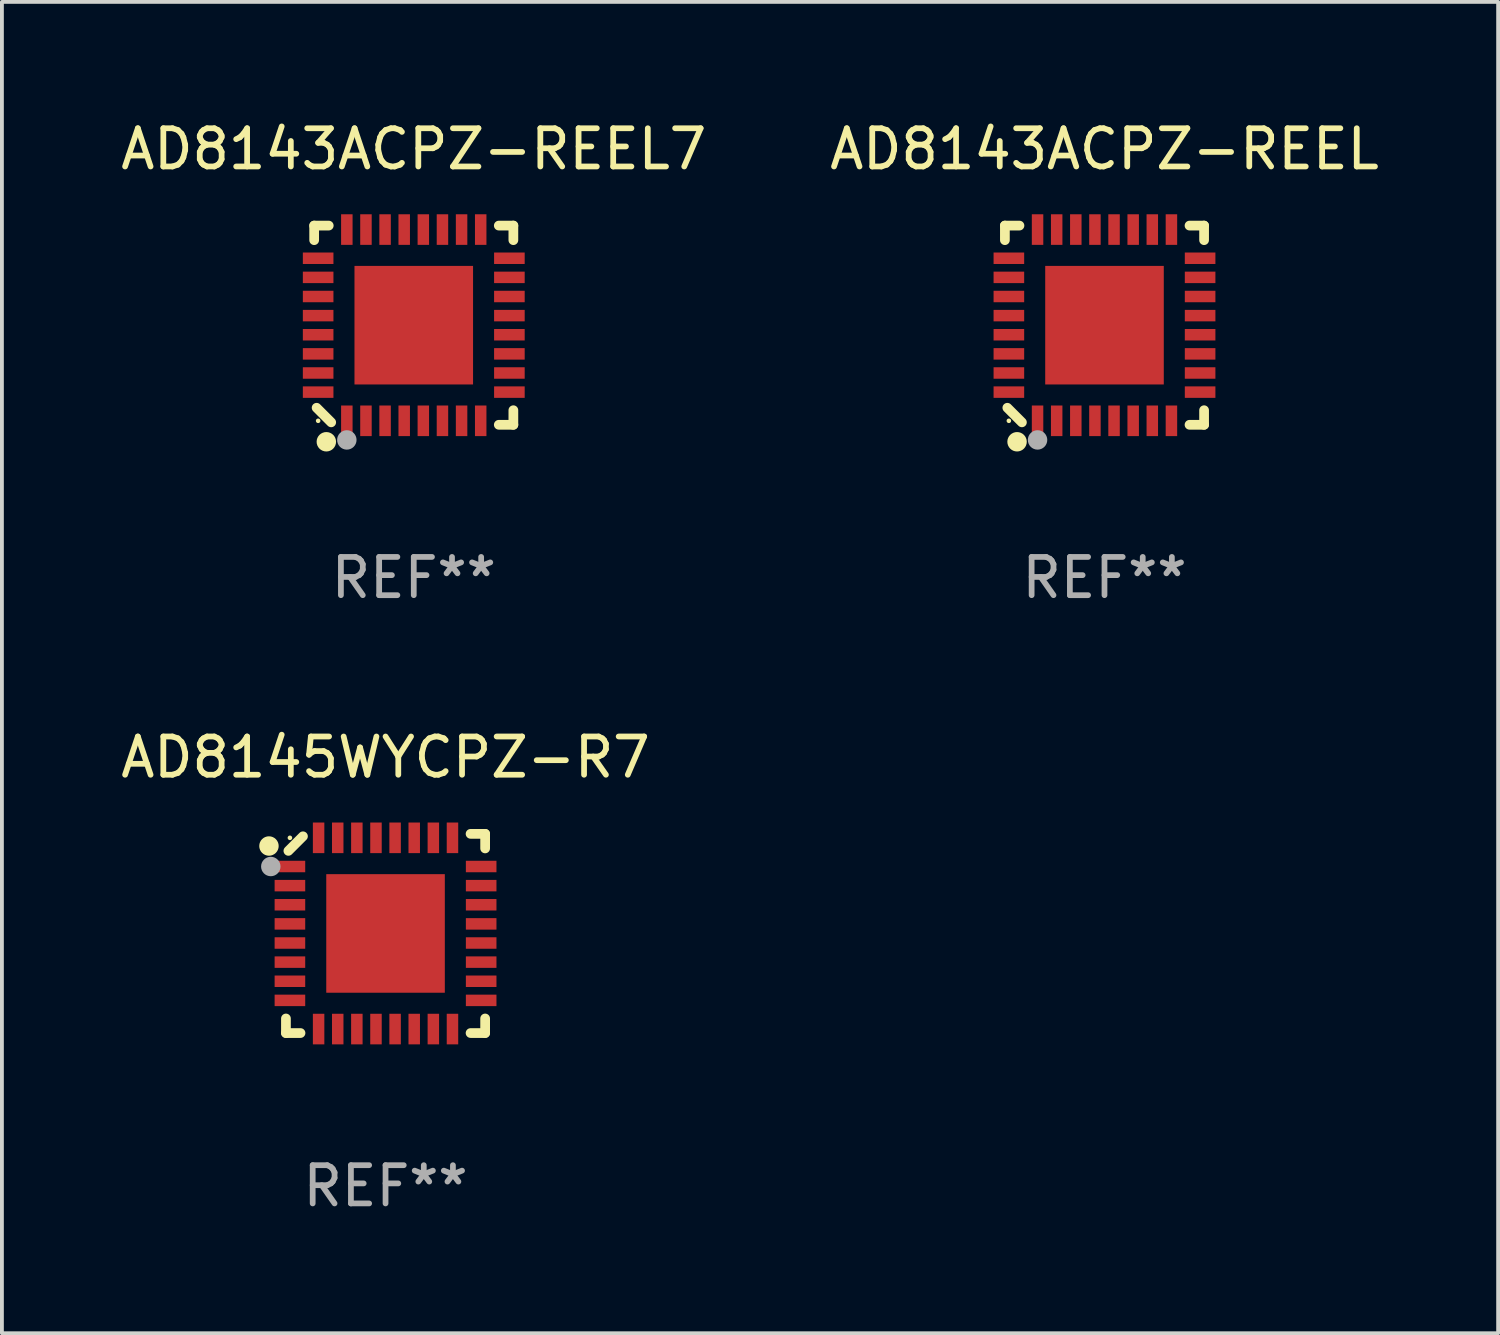
<source format=kicad_pcb>
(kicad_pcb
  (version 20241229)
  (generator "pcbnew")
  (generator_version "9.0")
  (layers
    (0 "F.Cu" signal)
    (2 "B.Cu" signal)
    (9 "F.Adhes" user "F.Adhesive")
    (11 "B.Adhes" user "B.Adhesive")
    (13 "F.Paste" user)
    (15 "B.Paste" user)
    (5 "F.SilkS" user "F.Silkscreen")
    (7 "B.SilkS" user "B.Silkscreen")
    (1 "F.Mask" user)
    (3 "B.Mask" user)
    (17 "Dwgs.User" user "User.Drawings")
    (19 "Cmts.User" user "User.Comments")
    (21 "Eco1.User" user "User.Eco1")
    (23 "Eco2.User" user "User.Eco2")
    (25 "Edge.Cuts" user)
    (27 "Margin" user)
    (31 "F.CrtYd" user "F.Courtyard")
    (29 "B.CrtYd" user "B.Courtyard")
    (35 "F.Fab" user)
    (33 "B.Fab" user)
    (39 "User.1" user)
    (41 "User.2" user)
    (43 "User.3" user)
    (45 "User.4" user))
  (footprint "AD8143ACPZ-REEL7"
    (layer "F.Cu")
    (at 7.768 5.452)
    (property "Reference" "AD8143ACPZ-REEL7" (at 0 -4.604 0) (layer "F.SilkS") (effects (font (size 1 1) (thickness 0.15))))
    (attr through_hole)
    (fp_line (start -2.604 -2.604) (end -2.604 -2.223) (stroke (width 0.254) (type solid)) (layer "F.SilkS"))
    (fp_line (start -2.54 2.159) (end -2.159 2.54) (stroke (width 0.254) (type solid)) (layer "F.SilkS"))
    (fp_line (start -2.223 -2.604) (end -2.604 -2.604) (stroke (width 0.254) (type solid)) (layer "F.SilkS"))
    (fp_line (start 2.223 2.604) (end 2.604 2.604) (stroke (width 0.254) (type solid)) (layer "F.SilkS"))
    (fp_line (start 2.604 -2.604) (end 2.223 -2.604) (stroke (width 0.254) (type solid)) (layer "F.SilkS"))
    (fp_line (start 2.604 -2.223) (end 2.604 -2.604) (stroke (width 0.254) (type solid)) (layer "F.SilkS"))
    (fp_line (start 2.604 2.604) (end 2.604 2.223) (stroke (width 0.254) (type solid)) (layer "F.SilkS"))
    (fp_circle (center -2.5 2.5) (end -2.47 2.5) (stroke (width 0.06) (type solid)) (fill no) (layer "F.SilkS"))
    (fp_circle (center -2.286 3.048) (end -2.159 3.048) (stroke (width 0.254) (type solid)) (fill no) (layer "F.SilkS"))
    (fp_circle (center -1.75 3) (end -1.623 3) (stroke (width 0.254) (type solid)) (fill no) (layer "F.Fab"))
    (fp_text user "REF**" (at 0 6.604 0) (layer "F.Fab") (effects (font (size 1 1) (thickness 0.15))))
    (pad "1" smd rect (at -1.75 2.5) (size 0.3 0.8) (layers "F.Cu" "F.Mask" "F.Paste"))
    (pad "2" smd rect (at -1.25 2.5) (size 0.3 0.8) (layers "F.Cu" "F.Mask" "F.Paste"))
    (pad "3" smd rect (at -0.75 2.5) (size 0.3 0.8) (layers "F.Cu" "F.Mask" "F.Paste"))
    (pad "4" smd rect (at -0.25 2.5) (size 0.3 0.8) (layers "F.Cu" "F.Mask" "F.Paste"))
    (pad "5" smd rect (at 0.25 2.5) (size 0.3 0.8) (layers "F.Cu" "F.Mask" "F.Paste"))
    (pad "6" smd rect (at 0.75 2.5) (size 0.3 0.8) (layers "F.Cu" "F.Mask" "F.Paste"))
    (pad "7" smd rect (at 1.25 2.5) (size 0.3 0.8) (layers "F.Cu" "F.Mask" "F.Paste"))
    (pad "8" smd rect (at 1.75 2.5) (size 0.3 0.8) (layers "F.Cu" "F.Mask" "F.Paste"))
    (pad "9" smd rect (at 2.5 1.75) (size 0.8 0.3) (layers "F.Cu" "F.Mask" "F.Paste"))
    (pad "10" smd rect (at 2.5 1.25) (size 0.8 0.3) (layers "F.Cu" "F.Mask" "F.Paste"))
    (pad "11" smd rect (at 2.5 0.75) (size 0.8 0.3) (layers "F.Cu" "F.Mask" "F.Paste"))
    (pad "12" smd rect (at 2.5 0.25) (size 0.8 0.3) (layers "F.Cu" "F.Mask" "F.Paste"))
    (pad "13" smd rect (at 2.5 -0.25) (size 0.8 0.3) (layers "F.Cu" "F.Mask" "F.Paste"))
    (pad "14" smd rect (at 2.5 -0.75) (size 0.8 0.3) (layers "F.Cu" "F.Mask" "F.Paste"))
    (pad "15" smd rect (at 2.5 -1.25) (size 0.8 0.3) (layers "F.Cu" "F.Mask" "F.Paste"))
    (pad "16" smd rect (at 2.5 -1.75) (size 0.8 0.3) (layers "F.Cu" "F.Mask" "F.Paste"))
    (pad "17" smd rect (at 1.75 -2.5) (size 0.3 0.8) (layers "F.Cu" "F.Mask" "F.Paste"))
    (pad "18" smd rect (at 1.25 -2.5) (size 0.3 0.8) (layers "F.Cu" "F.Mask" "F.Paste"))
    (pad "19" smd rect (at 0.75 -2.5) (size 0.3 0.8) (layers "F.Cu" "F.Mask" "F.Paste"))
    (pad "20" smd rect (at 0.25 -2.5) (size 0.3 0.8) (layers "F.Cu" "F.Mask" "F.Paste"))
    (pad "21" smd rect (at -0.25 -2.5) (size 0.3 0.8) (layers "F.Cu" "F.Mask" "F.Paste"))
    (pad "22" smd rect (at -0.75 -2.5) (size 0.3 0.8) (layers "F.Cu" "F.Mask" "F.Paste"))
    (pad "23" smd rect (at -1.25 -2.5) (size 0.3 0.8) (layers "F.Cu" "F.Mask" "F.Paste"))
    (pad "24" smd rect (at -1.75 -2.5) (size 0.3 0.8) (layers "F.Cu" "F.Mask" "F.Paste"))
    (pad "25" smd rect (at -2.5 -1.75) (size 0.8 0.3) (layers "F.Cu" "F.Mask" "F.Paste"))
    (pad "26" smd rect (at -2.5 -1.25) (size 0.8 0.3) (layers "F.Cu" "F.Mask" "F.Paste"))
    (pad "27" smd rect (at -2.5 -0.75) (size 0.8 0.3) (layers "F.Cu" "F.Mask" "F.Paste"))
    (pad "28" smd rect (at -2.5 -0.25) (size 0.8 0.3) (layers "F.Cu" "F.Mask" "F.Paste"))
    (pad "29" smd rect (at -2.5 0.25) (size 0.8 0.3) (layers "F.Cu" "F.Mask" "F.Paste"))
    (pad "30" smd rect (at -2.5 0.75) (size 0.8 0.3) (layers "F.Cu" "F.Mask" "F.Paste"))
    (pad "31" smd rect (at -2.5 1.25) (size 0.8 0.3) (layers "F.Cu" "F.Mask" "F.Paste"))
    (pad "32" smd rect (at -2.5 1.75) (size 0.8 0.3) (layers "F.Cu" "F.Mask" "F.Paste"))
    (pad "33" smd rect (at 0 -0.000025) (size 3.1 3.1) (layers "F.Cu" "F.Mask" "F.Paste")))
  (footprint "AD8145WYCPZ-R7"
    (layer "F.Cu")
    (at 7.03 21.355)
    (property "Reference" "AD8145WYCPZ-R7" (at 0 -4.604 0) (layer "F.SilkS") (effects (font (size 1 1) (thickness 0.15))))
    (attr through_hole)
    (fp_line (start -2.604 2.223) (end -2.604 2.604) (stroke (width 0.254) (type solid)) (layer "F.SilkS"))
    (fp_line (start -2.604 2.604) (end -2.223 2.604) (stroke (width 0.254) (type solid)) (layer "F.SilkS"))
    (fp_line (start -2.159 -2.54) (end -2.54 -2.159) (stroke (width 0.254) (type solid)) (layer "F.SilkS"))
    (fp_line (start 2.223 2.604) (end 2.604 2.604) (stroke (width 0.254) (type solid)) (layer "F.SilkS"))
    (fp_line (start 2.604 -2.604) (end 2.223 -2.604) (stroke (width 0.254) (type solid)) (layer "F.SilkS"))
    (fp_line (start 2.604 -2.223) (end 2.604 -2.604) (stroke (width 0.254) (type solid)) (layer "F.SilkS"))
    (fp_line (start 2.604 2.604) (end 2.604 2.223) (stroke (width 0.254) (type solid)) (layer "F.SilkS"))
    (fp_circle (center -3.048 -2.286) (end -2.921 -2.286) (stroke (width 0.254) (type solid)) (fill no) (layer "F.SilkS"))
    (fp_circle (center -2.5 -2.5) (end -2.47 -2.5) (stroke (width 0.06) (type solid)) (fill no) (layer "F.SilkS"))
    (fp_circle (center -3 -1.75) (end -2.873 -1.75) (stroke (width 0.254) (type solid)) (fill no) (layer "F.Fab"))
    (fp_text user "REF**" (at 0 6.604 0) (layer "F.Fab") (effects (font (size 1 1) (thickness 0.15))))
    (pad "1" smd rect (at -2.5 -1.75 270) (size 0.3 0.8) (layers "F.Cu" "F.Mask" "F.Paste"))
    (pad "2" smd rect (at -2.5 -1.25 270) (size 0.3 0.8) (layers "F.Cu" "F.Mask" "F.Paste"))
    (pad "3" smd rect (at -2.5 -0.75 270) (size 0.3 0.8) (layers "F.Cu" "F.Mask" "F.Paste"))
    (pad "4" smd rect (at -2.5 -0.25 270) (size 0.3 0.8) (layers "F.Cu" "F.Mask" "F.Paste"))
    (pad "5" smd rect (at -2.5 0.25 270) (size 0.3 0.8) (layers "F.Cu" "F.Mask" "F.Paste"))
    (pad "6" smd rect (at -2.5 0.75 270) (size 0.3 0.8) (layers "F.Cu" "F.Mask" "F.Paste"))
    (pad "7" smd rect (at -2.5 1.25 270) (size 0.3 0.8) (layers "F.Cu" "F.Mask" "F.Paste"))
    (pad "8" smd rect (at -2.5 1.75 270) (size 0.3 0.8) (layers "F.Cu" "F.Mask" "F.Paste"))
    (pad "9" smd rect (at -1.75 2.5 270) (size 0.8 0.3) (layers "F.Cu" "F.Mask" "F.Paste"))
    (pad "10" smd rect (at -1.25 2.5 270) (size 0.8 0.3) (layers "F.Cu" "F.Mask" "F.Paste"))
    (pad "11" smd rect (at -0.75 2.5 270) (size 0.8 0.3) (layers "F.Cu" "F.Mask" "F.Paste"))
    (pad "12" smd rect (at -0.25 2.5 270) (size 0.8 0.3) (layers "F.Cu" "F.Mask" "F.Paste"))
    (pad "13" smd rect (at 0.25 2.5 270) (size 0.8 0.3) (layers "F.Cu" "F.Mask" "F.Paste"))
    (pad "14" smd rect (at 0.75 2.5 270) (size 0.8 0.3) (layers "F.Cu" "F.Mask" "F.Paste"))
    (pad "15" smd rect (at 1.25 2.5 270) (size 0.8 0.3) (layers "F.Cu" "F.Mask" "F.Paste"))
    (pad "16" smd rect (at 1.75 2.5 270) (size 0.8 0.3) (layers "F.Cu" "F.Mask" "F.Paste"))
    (pad "17" smd rect (at 2.5 1.75 270) (size 0.3 0.8) (layers "F.Cu" "F.Mask" "F.Paste"))
    (pad "18" smd rect (at 2.5 1.25 270) (size 0.3 0.8) (layers "F.Cu" "F.Mask" "F.Paste"))
    (pad "19" smd rect (at 2.5 0.75 270) (size 0.3 0.8) (layers "F.Cu" "F.Mask" "F.Paste"))
    (pad "20" smd rect (at 2.5 0.25 270) (size 0.3 0.8) (layers "F.Cu" "F.Mask" "F.Paste"))
    (pad "21" smd rect (at 2.5 -0.25 270) (size 0.3 0.8) (layers "F.Cu" "F.Mask" "F.Paste"))
    (pad "22" smd rect (at 2.5 -0.75 270) (size 0.3 0.8) (layers "F.Cu" "F.Mask" "F.Paste"))
    (pad "23" smd rect (at 2.5 -1.25 270) (size 0.3 0.8) (layers "F.Cu" "F.Mask" "F.Paste"))
    (pad "24" smd rect (at 2.5 -1.75 270) (size 0.3 0.8) (layers "F.Cu" "F.Mask" "F.Paste"))
    (pad "25" smd rect (at 1.75 -2.5 270) (size 0.8 0.3) (layers "F.Cu" "F.Mask" "F.Paste"))
    (pad "26" smd rect (at 1.25 -2.5 270) (size 0.8 0.3) (layers "F.Cu" "F.Mask" "F.Paste"))
    (pad "27" smd rect (at 0.75 -2.5 270) (size 0.8 0.3) (layers "F.Cu" "F.Mask" "F.Paste"))
    (pad "28" smd rect (at 0.25 -2.5 270) (size 0.8 0.3) (layers "F.Cu" "F.Mask" "F.Paste"))
    (pad "29" smd rect (at -0.25 -2.5 270) (size 0.8 0.3) (layers "F.Cu" "F.Mask" "F.Paste"))
    (pad "30" smd rect (at -0.75 -2.5 270) (size 0.8 0.3) (layers "F.Cu" "F.Mask" "F.Paste"))
    (pad "31" smd rect (at -1.25 -2.5 270) (size 0.8 0.3) (layers "F.Cu" "F.Mask" "F.Paste"))
    (pad "32" smd rect (at -1.75 -2.5 270) (size 0.8 0.3) (layers "F.Cu" "F.Mask" "F.Paste"))
    (pad "33" smd rect (at 0.000025 0 270) (size 3.1 3.1) (layers "F.Cu" "F.Mask" "F.Paste")))
  (footprint "AD8143ACPZ-REEL"
    (layer "F.Cu")
    (at 25.827 5.452)
    (property "Reference" "AD8143ACPZ-REEL" (at 0 -4.604 0) (layer "F.SilkS") (effects (font (size 1 1) (thickness 0.15))))
    (attr through_hole)
    (fp_line (start -2.604 -2.604) (end -2.604 -2.223) (stroke (width 0.254) (type solid)) (layer "F.SilkS"))
    (fp_line (start -2.54 2.159) (end -2.159 2.54) (stroke (width 0.254) (type solid)) (layer "F.SilkS"))
    (fp_line (start -2.223 -2.604) (end -2.604 -2.604) (stroke (width 0.254) (type solid)) (layer "F.SilkS"))
    (fp_line (start 2.223 2.604) (end 2.604 2.604) (stroke (width 0.254) (type solid)) (layer "F.SilkS"))
    (fp_line (start 2.604 -2.604) (end 2.223 -2.604) (stroke (width 0.254) (type solid)) (layer "F.SilkS"))
    (fp_line (start 2.604 -2.223) (end 2.604 -2.604) (stroke (width 0.254) (type solid)) (layer "F.SilkS"))
    (fp_line (start 2.604 2.604) (end 2.604 2.223) (stroke (width 0.254) (type solid)) (layer "F.SilkS"))
    (fp_circle (center -2.5 2.5) (end -2.47 2.5) (stroke (width 0.06) (type solid)) (fill no) (layer "F.SilkS"))
    (fp_circle (center -2.286 3.048) (end -2.159 3.048) (stroke (width 0.254) (type solid)) (fill no) (layer "F.SilkS"))
    (fp_circle (center -1.75 3) (end -1.623 3) (stroke (width 0.254) (type solid)) (fill no) (layer "F.Fab"))
    (fp_text user "REF**" (at 0 6.604 0) (layer "F.Fab") (effects (font (size 1 1) (thickness 0.15))))
    (pad "1" smd rect (at -1.75 2.5) (size 0.3 0.8) (layers "F.Cu" "F.Mask" "F.Paste"))
    (pad "2" smd rect (at -1.25 2.5) (size 0.3 0.8) (layers "F.Cu" "F.Mask" "F.Paste"))
    (pad "3" smd rect (at -0.75 2.5) (size 0.3 0.8) (layers "F.Cu" "F.Mask" "F.Paste"))
    (pad "4" smd rect (at -0.25 2.5) (size 0.3 0.8) (layers "F.Cu" "F.Mask" "F.Paste"))
    (pad "5" smd rect (at 0.25 2.5) (size 0.3 0.8) (layers "F.Cu" "F.Mask" "F.Paste"))
    (pad "6" smd rect (at 0.75 2.5) (size 0.3 0.8) (layers "F.Cu" "F.Mask" "F.Paste"))
    (pad "7" smd rect (at 1.25 2.5) (size 0.3 0.8) (layers "F.Cu" "F.Mask" "F.Paste"))
    (pad "8" smd rect (at 1.75 2.5) (size 0.3 0.8) (layers "F.Cu" "F.Mask" "F.Paste"))
    (pad "9" smd rect (at 2.5 1.75) (size 0.8 0.3) (layers "F.Cu" "F.Mask" "F.Paste"))
    (pad "10" smd rect (at 2.5 1.25) (size 0.8 0.3) (layers "F.Cu" "F.Mask" "F.Paste"))
    (pad "11" smd rect (at 2.5 0.75) (size 0.8 0.3) (layers "F.Cu" "F.Mask" "F.Paste"))
    (pad "12" smd rect (at 2.5 0.25) (size 0.8 0.3) (layers "F.Cu" "F.Mask" "F.Paste"))
    (pad "13" smd rect (at 2.5 -0.25) (size 0.8 0.3) (layers "F.Cu" "F.Mask" "F.Paste"))
    (pad "14" smd rect (at 2.5 -0.75) (size 0.8 0.3) (layers "F.Cu" "F.Mask" "F.Paste"))
    (pad "15" smd rect (at 2.5 -1.25) (size 0.8 0.3) (layers "F.Cu" "F.Mask" "F.Paste"))
    (pad "16" smd rect (at 2.5 -1.75) (size 0.8 0.3) (layers "F.Cu" "F.Mask" "F.Paste"))
    (pad "17" smd rect (at 1.75 -2.5) (size 0.3 0.8) (layers "F.Cu" "F.Mask" "F.Paste"))
    (pad "18" smd rect (at 1.25 -2.5) (size 0.3 0.8) (layers "F.Cu" "F.Mask" "F.Paste"))
    (pad "19" smd rect (at 0.75 -2.5) (size 0.3 0.8) (layers "F.Cu" "F.Mask" "F.Paste"))
    (pad "20" smd rect (at 0.25 -2.5) (size 0.3 0.8) (layers "F.Cu" "F.Mask" "F.Paste"))
    (pad "21" smd rect (at -0.25 -2.5) (size 0.3 0.8) (layers "F.Cu" "F.Mask" "F.Paste"))
    (pad "22" smd rect (at -0.75 -2.5) (size 0.3 0.8) (layers "F.Cu" "F.Mask" "F.Paste"))
    (pad "23" smd rect (at -1.25 -2.5) (size 0.3 0.8) (layers "F.Cu" "F.Mask" "F.Paste"))
    (pad "24" smd rect (at -1.75 -2.5) (size 0.3 0.8) (layers "F.Cu" "F.Mask" "F.Paste"))
    (pad "25" smd rect (at -2.5 -1.75) (size 0.8 0.3) (layers "F.Cu" "F.Mask" "F.Paste"))
    (pad "26" smd rect (at -2.5 -1.25) (size 0.8 0.3) (layers "F.Cu" "F.Mask" "F.Paste"))
    (pad "27" smd rect (at -2.5 -0.75) (size 0.8 0.3) (layers "F.Cu" "F.Mask" "F.Paste"))
    (pad "28" smd rect (at -2.5 -0.25) (size 0.8 0.3) (layers "F.Cu" "F.Mask" "F.Paste"))
    (pad "29" smd rect (at -2.5 0.25) (size 0.8 0.3) (layers "F.Cu" "F.Mask" "F.Paste"))
    (pad "30" smd rect (at -2.5 0.75) (size 0.8 0.3) (layers "F.Cu" "F.Mask" "F.Paste"))
    (pad "31" smd rect (at -2.5 1.25) (size 0.8 0.3) (layers "F.Cu" "F.Mask" "F.Paste"))
    (pad "32" smd rect (at -2.5 1.75) (size 0.8 0.3) (layers "F.Cu" "F.Mask" "F.Paste"))
    (pad "33" smd rect (at 0 -0.000025) (size 3.1 3.1) (layers "F.Cu" "F.Mask" "F.Paste")))
  (gr_rect
    (start -3 -3)
    (end 36.119 31.807)
    (stroke (width 0.1) (type default))
    (fill no)
    (layer "Edge.Cuts")))
</source>
